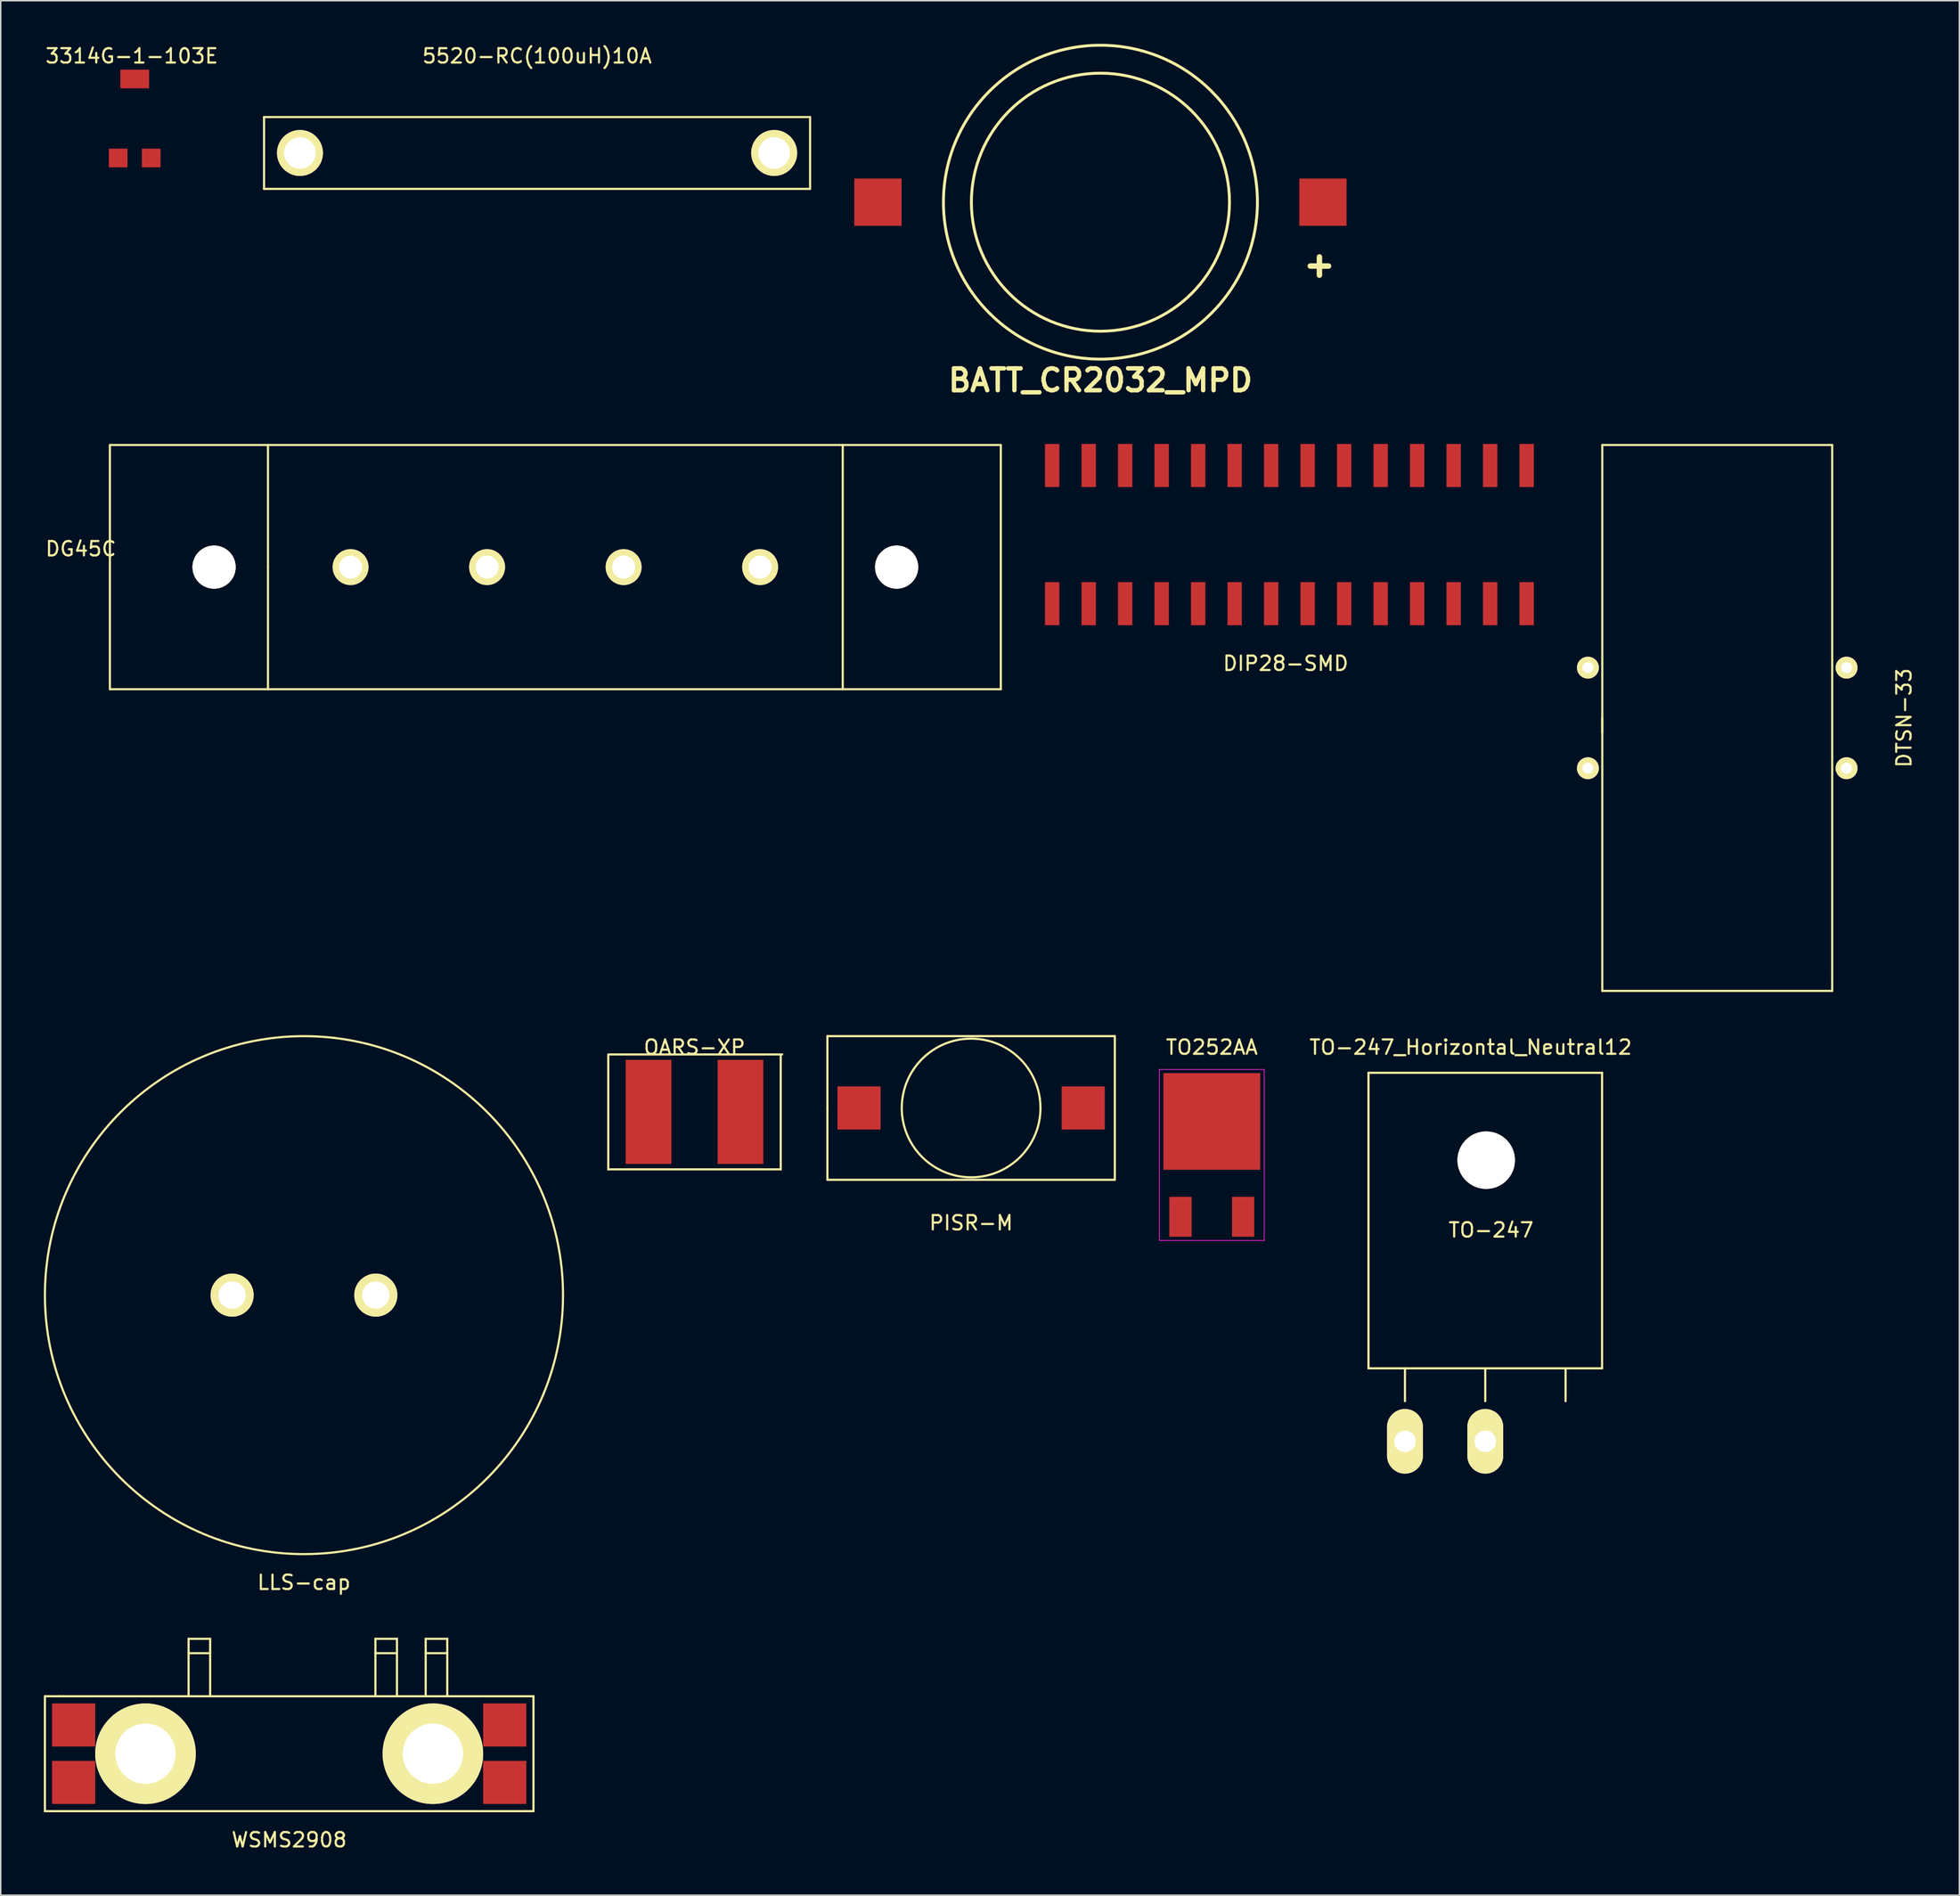
<source format=kicad_pcb>
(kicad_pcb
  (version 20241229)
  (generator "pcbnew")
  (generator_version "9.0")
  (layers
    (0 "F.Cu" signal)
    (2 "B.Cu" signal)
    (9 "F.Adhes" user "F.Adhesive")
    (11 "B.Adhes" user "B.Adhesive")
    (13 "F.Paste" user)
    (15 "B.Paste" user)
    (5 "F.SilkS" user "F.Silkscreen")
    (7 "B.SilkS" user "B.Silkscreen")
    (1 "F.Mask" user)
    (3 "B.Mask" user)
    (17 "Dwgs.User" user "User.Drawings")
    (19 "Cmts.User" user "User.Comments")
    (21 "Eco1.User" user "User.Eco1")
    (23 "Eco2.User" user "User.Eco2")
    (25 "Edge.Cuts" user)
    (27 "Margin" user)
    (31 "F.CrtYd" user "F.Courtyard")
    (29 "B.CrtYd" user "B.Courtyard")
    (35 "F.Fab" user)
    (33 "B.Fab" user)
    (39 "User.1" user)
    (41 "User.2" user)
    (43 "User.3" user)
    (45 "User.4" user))
  (footprint "TO-247_Horizontal_Neutral12"
    (layer "F.Cu")
    (at 100.311 97.282)
    (property "Reference" "TO-247_Horizontal_Neutral12" (at -1.016 -27.432 0) (layer "F.SilkS") (effects (font (size 1 1) (thickness 0.15))))
    (attr through_hole)
    (fp_line (start -8.128 -25.654) (end 8.128 -25.654) (stroke (width 0.15) (type solid)) (layer "F.SilkS"))
    (fp_line (start -8.128 -5.08) (end -8.128 -25.654) (stroke (width 0.15) (type solid)) (layer "F.SilkS"))
    (fp_line (start -5.588 -2.794) (end -5.588 -5.08) (stroke (width 0.15) (type solid)) (layer "F.SilkS"))
    (fp_line (start 0 -2.794) (end 0 -5.08) (stroke (width 0.15) (type solid)) (layer "F.SilkS"))
    (fp_line (start 5.588 -2.794) (end 5.588 -5.08) (stroke (width 0.15) (type solid)) (layer "F.SilkS"))
    (fp_line (start 8.128 -25.654) (end 8.128 -5.08) (stroke (width 0.15) (type solid)) (layer "F.SilkS"))
    (fp_line (start 8.128 -5.08) (end -8.128 -5.08) (stroke (width 0.15) (type solid)) (layer "F.SilkS"))
    (fp_circle (center 0 -19.558) (end 1.778 -19.558) (stroke (width 0.15) (type solid)) (fill no) (layer "F.SilkS"))
    (fp_text user "TO-247" (at 0.406 -14.707 0) (layer "F.SilkS") (effects (font (size 1 1) (thickness 0.15))))
    (pad "" np_thru_hole circle (at 0.064 -19.571) (size 4 4) (drill 4) (layers "*.Cu" "*.Mask" "F.SilkS"))
    (pad "1" thru_hole oval (at -5.588 0 90) (size 4.501 2.499) (drill 1.501) (layers "*.Cu" "*.Mask" "F.SilkS"))
    (pad "2" thru_hole oval (at 0 0 90) (size 4.501 2.499) (drill 1.501) (layers "*.Cu" "*.Mask" "F.SilkS")))
  (footprint "DIP28-SMD"
    (layer "F.Cu")
    (at 86.682 34.162)
    (property "Reference" "DIP28-SMD" (at -0.26 8.97 0) (layer "F.SilkS") (effects (font (size 1 1) (thickness 0.15))))
    (attr through_hole)
    (pad "1" smd rect (at -16.51 4.81) (size 1 3) (layers "F.Cu" "F.Mask" "F.Paste"))
    (pad "2" smd rect (at -13.97 4.81) (size 1 3) (layers "F.Cu" "F.Mask" "F.Paste"))
    (pad "3" smd rect (at -11.43 4.81) (size 1 3) (layers "F.Cu" "F.Mask" "F.Paste"))
    (pad "4" smd rect (at -8.89 4.81) (size 1 3) (layers "F.Cu" "F.Mask" "F.Paste"))
    (pad "5" smd rect (at -6.35 4.81) (size 1 3) (layers "F.Cu" "F.Mask" "F.Paste"))
    (pad "6" smd rect (at -3.81 4.81) (size 1 3) (layers "F.Cu" "F.Mask" "F.Paste"))
    (pad "7" smd rect (at -1.27 4.81) (size 1 3) (layers "F.Cu" "F.Mask" "F.Paste"))
    (pad "8" smd rect (at 1.27 4.81) (size 1 3) (layers "F.Cu" "F.Mask" "F.Paste"))
    (pad "9" smd rect (at 3.81 4.81) (size 1 3) (layers "F.Cu" "F.Mask" "F.Paste"))
    (pad "10" smd rect (at 6.35 4.81) (size 1 3) (layers "F.Cu" "F.Mask" "F.Paste"))
    (pad "11" smd rect (at 8.89 4.81) (size 1 3) (layers "F.Cu" "F.Mask" "F.Paste"))
    (pad "12" smd rect (at 11.43 4.81) (size 1 3) (layers "F.Cu" "F.Mask" "F.Paste"))
    (pad "13" smd rect (at 13.97 4.81) (size 1 3) (layers "F.Cu" "F.Mask" "F.Paste"))
    (pad "14" smd rect (at 16.51 4.81) (size 1 3) (layers "F.Cu" "F.Mask" "F.Paste"))
    (pad "15" smd rect (at -16.51 -4.81) (size 1 3) (layers "F.Cu" "F.Mask" "F.Paste"))
    (pad "16" smd rect (at -13.97 -4.81) (size 1 3) (layers "F.Cu" "F.Mask" "F.Paste"))
    (pad "17" smd rect (at -11.43 -4.81) (size 1 3) (layers "F.Cu" "F.Mask" "F.Paste"))
    (pad "18" smd rect (at -8.89 -4.81) (size 1 3) (layers "F.Cu" "F.Mask" "F.Paste"))
    (pad "19" smd rect (at -6.35 -4.81) (size 1 3) (layers "F.Cu" "F.Mask" "F.Paste"))
    (pad "20" smd rect (at -3.81 -4.81) (size 1 3) (layers "F.Cu" "F.Mask" "F.Paste"))
    (pad "21" smd rect (at -1.27 -4.81) (size 1 3) (layers "F.Cu" "F.Mask" "F.Paste"))
    (pad "22" smd rect (at 1.27 -4.81) (size 1 3) (layers "F.Cu" "F.Mask" "F.Paste"))
    (pad "23" smd rect (at 3.81 -4.81) (size 1 3) (layers "F.Cu" "F.Mask" "F.Paste"))
    (pad "24" smd rect (at 6.35 -4.81) (size 1 3) (layers "F.Cu" "F.Mask" "F.Paste"))
    (pad "25" smd rect (at 8.89 -4.81) (size 1 3) (layers "F.Cu" "F.Mask" "F.Paste"))
    (pad "26" smd rect (at 11.43 -4.81) (size 1 3) (layers "F.Cu" "F.Mask" "F.Paste"))
    (pad "27" smd rect (at 13.97 -4.81) (size 1 3) (layers "F.Cu" "F.Mask" "F.Paste"))
    (pad "28" smd rect (at 16.51 -4.81) (size 1 3) (layers "F.Cu" "F.Mask" "F.Paste")))
  (footprint "LLS-cap"
    (layer "F.Cu")
    (at 18.103 87.105)
    (property "Reference" "LLS-cap" (at 0 20 0) (layer "F.SilkS") (effects (font (size 1 1) (thickness 0.15))))
    (attr through_hole)
    (fp_circle (center 0 0) (end 15 10) (stroke (width 0.15) (type solid)) (fill no) (layer "F.SilkS"))
    (pad "1" thru_hole circle (at -5 0) (size 3 3) (drill 1.9) (layers "*.Cu" "*.Mask" "F.SilkS"))
    (pad "2" thru_hole circle (at 5 0) (size 3 3) (drill 1.9) (layers "*.Cu" "*.Mask" "F.SilkS")))
  (footprint "BATT_CR2032_MPD"
    (layer "F.Cu")
    (at 73.53 11.025)
    (property "Reference" "BATT_CR2032_MPD" (at 0 12.4 0) (layer "F.SilkS") (effects (font (size 1.524 1.524) (thickness 0.305))))
    (attr through_hole)
    (fp_line (start 14.605 4.445) (end 15.875 4.445) (stroke (width 0.381) (type solid)) (layer "F.SilkS"))
    (fp_line (start 15.24 3.81) (end 15.24 5.08) (stroke (width 0.381) (type solid)) (layer "F.SilkS"))
    (fp_circle (center 0 0) (end -1.27 -8.89) (stroke (width 0.201) (type solid)) (fill no) (layer "F.SilkS"))
    (fp_circle (center 0 0) (end 6.35 8.89) (stroke (width 0.201) (type solid)) (fill no) (layer "F.SilkS"))
    (pad "1" smd rect (at 15.485 0) (size 3.29 3.29) (layers "F.Cu" "F.Mask" "F.Paste"))
    (pad "2" smd rect (at -15.485 0) (size 3.29 3.29) (layers "F.Cu" "F.Mask" "F.Paste")))
  (footprint "OARS-XP"
    (layer "F.Cu")
    (at 45.281 74.35)
    (property "Reference" "OARS-XP" (at 0 -4.5 0) (layer "F.SilkS") (effects (font (size 1 1) (thickness 0.15))))
    (attr through_hole)
    (fp_line (start -6 4) (end -6 -4) (stroke (width 0.15) (type solid)) (layer "F.SilkS"))
    (fp_line (start -5.9 -4) (end 6.1 -4) (stroke (width 0.15) (type solid)) (layer "F.SilkS"))
    (fp_line (start 6 -4) (end 6 4) (stroke (width 0.15) (type solid)) (layer "F.SilkS"))
    (fp_line (start 6 4) (end -6 4) (stroke (width 0.15) (type solid)) (layer "F.SilkS"))
    (pad "1" smd rect (at -3.2 0) (size 3.18 7.24) (layers "F.Cu" "F.Mask" "F.Paste"))
    (pad "2" smd rect (at 3.2 0) (size 3.18 7.24) (layers "F.Cu" "F.Mask" "F.Paste")))
  (footprint "5520-RC(100uH)10A"
    (layer "F.Cu")
    (at 34.325 7.598)
    (property "Reference" "5520-RC(100uH)10A" (at 0 -6.75 0) (layer "F.SilkS") (effects (font (size 1 1) (thickness 0.15))))
    (attr through_hole)
    (fp_line (start -19 -2.5) (end -19 2.5) (stroke (width 0.15) (type solid)) (layer "F.SilkS"))
    (fp_line (start -19 -2.5) (end 19 -2.5) (stroke (width 0.15) (type solid)) (layer "F.SilkS"))
    (fp_line (start -19 2.5) (end 19 2.5) (stroke (width 0.15) (type solid)) (layer "F.SilkS"))
    (fp_line (start 19 -2.5) (end 19 2.5) (stroke (width 0.15) (type solid)) (layer "F.SilkS"))
    (pad "1" thru_hole circle (at -16.5 0) (size 3.2 3.2) (drill 2.2) (layers "*.Cu" "*.Mask" "F.SilkS"))
    (pad "2" thru_hole circle (at 16.5 0) (size 3.2 3.2) (drill 2.2) (layers "*.Cu" "*.Mask" "F.SilkS")))
  (footprint "WSMS2908"
    (layer "F.Cu")
    (at 17.075 119.028)
    (property "Reference" "WSMS2908" (at 0 6 0) (layer "F.SilkS") (effects (font (size 1 1) (thickness 0.15))))
    (attr through_hole)
    (fp_line (start -17 -4) (end -16 -4) (stroke (width 0.15) (type solid)) (layer "F.SilkS"))
    (fp_line (start -17 4) (end -17 -4) (stroke (width 0.15) (type solid)) (layer "F.SilkS"))
    (fp_line (start -16 -4) (end 17 -4) (stroke (width 0.15) (type solid)) (layer "F.SilkS"))
    (fp_line (start -16 4) (end -17 4) (stroke (width 0.15) (type solid)) (layer "F.SilkS"))
    (fp_line (start -7 -4) (end -7 -8) (stroke (width 0.15) (type solid)) (layer "F.SilkS"))
    (fp_line (start -5.5 -8) (end -7 -8) (stroke (width 0.15) (type solid)) (layer "F.SilkS"))
    (fp_line (start -5.5 -8) (end -5.5 -4) (stroke (width 0.15) (type solid)) (layer "F.SilkS"))
    (fp_line (start -5.5 -7) (end -7 -7) (stroke (width 0.15) (type solid)) (layer "F.SilkS"))
    (fp_line (start 6 -8) (end 7.5 -8) (stroke (width 0.15) (type solid)) (layer "F.SilkS"))
    (fp_line (start 6 -4) (end 6 -8) (stroke (width 0.15) (type solid)) (layer "F.SilkS"))
    (fp_line (start 7.5 -8) (end 7.5 -4) (stroke (width 0.15) (type solid)) (layer "F.SilkS"))
    (fp_line (start 7.5 -7) (end 6 -7) (stroke (width 0.15) (type solid)) (layer "F.SilkS"))
    (fp_line (start 9.5 -8) (end 11 -8) (stroke (width 0.15) (type solid)) (layer "F.SilkS"))
    (fp_line (start 9.5 -7) (end 11 -7) (stroke (width 0.15) (type solid)) (layer "F.SilkS"))
    (fp_line (start 9.5 -4) (end 9.5 -8) (stroke (width 0.15) (type solid)) (layer "F.SilkS"))
    (fp_line (start 11 -8) (end 11 -4) (stroke (width 0.15) (type solid)) (layer "F.SilkS"))
    (fp_line (start 17 -4) (end 17 4) (stroke (width 0.15) (type solid)) (layer "F.SilkS"))
    (fp_line (start 17 4) (end -16 4) (stroke (width 0.15) (type solid)) (layer "F.SilkS"))
    (pad "1" thru_hole circle (at 10 0) (size 7 7) (drill 4.2) (layers "*.Cu" "*.Mask" "F.SilkS"))
    (pad "2" thru_hole circle (at -10 0) (size 7 7) (drill 4.2) (layers "*.Cu" "*.Mask" "F.SilkS"))
    (pad "3" smd rect (at 15 -2) (size 3 3) (layers "F.Cu" "F.Mask" "F.Paste"))
    (pad "4" smd rect (at 15 2) (size 3 3) (layers "F.Cu" "F.Mask" "F.Paste"))
    (pad "5" smd rect (at -15 -2) (size 3 3) (layers "F.Cu" "F.Mask" "F.Paste"))
    (pad "6" smd rect (at -15 2) (size 3 3) (layers "F.Cu" "F.Mask" "F.Paste")))
  (footprint "DTSN-33"
    (layer "F.Cu")
    (at 116.454 46.927)
    (property "Reference" "DTSN-33" (at 13 0 90) (layer "F.SilkS") (effects (font (size 1 1) (thickness 0.15))))
    (attr through_hole)
    (fp_line (start -8 -19) (end -8 1) (stroke (width 0.15) (type solid)) (layer "F.SilkS"))
    (fp_line (start -8 0) (end -8 18) (stroke (width 0.15) (type solid)) (layer "F.SilkS"))
    (fp_line (start -8 18) (end -8 19) (stroke (width 0.15) (type solid)) (layer "F.SilkS"))
    (fp_line (start -8 19) (end 8 19) (stroke (width 0.15) (type solid)) (layer "F.SilkS"))
    (fp_line (start 8 -19) (end -8 -19) (stroke (width 0.15) (type solid)) (layer "F.SilkS"))
    (fp_line (start 8 18) (end 8 -19) (stroke (width 0.15) (type solid)) (layer "F.SilkS"))
    (fp_line (start 8 19) (end 8 18) (stroke (width 0.15) (type solid)) (layer "F.SilkS"))
    (pad "1" thru_hole circle (at -9 -3.5) (size 1.524 1.524) (drill 0.762) (layers "*.Cu" "*.Mask" "F.SilkS"))
    (pad "1" thru_hole circle (at 9 -3.5) (size 1.524 1.524) (drill 0.762) (layers "*.Cu" "*.Mask" "F.SilkS"))
    (pad "2" thru_hole circle (at -9 3.5) (size 1.524 1.524) (drill 0.762) (layers "*.Cu" "*.Mask" "F.SilkS"))
    (pad "2" thru_hole circle (at 9 3.5) (size 1.524 1.524) (drill 0.762) (layers "*.Cu" "*.Mask" "F.SilkS")))
  (footprint "PISR-M"
    (layer "F.Cu")
    (at 64.531 74.077)
    (property "Reference" "PISR-M" (at 0 8 0) (layer "F.SilkS") (effects (font (size 1 1) (thickness 0.15))))
    (attr through_hole)
    (fp_line (start -10 -5) (end 10 -5) (stroke (width 0.15) (type solid)) (layer "F.SilkS"))
    (fp_line (start -10 0) (end -10 -5) (stroke (width 0.15) (type solid)) (layer "F.SilkS"))
    (fp_line (start -10 5) (end -10 0) (stroke (width 0.15) (type solid)) (layer "F.SilkS"))
    (fp_line (start 10 -5) (end 10 5) (stroke (width 0.15) (type solid)) (layer "F.SilkS"))
    (fp_line (start 10 5) (end -10 5) (stroke (width 0.15) (type solid)) (layer "F.SilkS"))
    (fp_circle (center 0 0) (end 4 2.7) (stroke (width 0.15) (type solid)) (fill no) (layer "F.SilkS"))
    (pad "1" smd rect (at -7.8 0) (size 3 3) (layers "F.Cu" "F.Mask" "F.Paste"))
    (pad "2" smd rect (at 7.8 0) (size 3 3) (layers "F.Cu" "F.Mask" "F.Paste")))
  (footprint "TO252AA"
    (layer "F.Cu")
    (at 81.281 77.35)
    (property "Reference" "TO252AA" (at 0 -7.5 0) (layer "F.SilkS") (effects (font (size 1 1) (thickness 0.15))))
    (attr smd)
    (fp_line (start -3.65 -5.95) (end 3.65 -5.95) (stroke (width 0.05) (type solid)) (layer "F.CrtYd"))
    (fp_line (start -3.65 5.95) (end -3.65 -5.95) (stroke (width 0.05) (type solid)) (layer "F.CrtYd"))
    (fp_line (start 3.65 -5.95) (end 3.65 5.95) (stroke (width 0.05) (type solid)) (layer "F.CrtYd"))
    (fp_line (start 3.65 5.95) (end -3.65 5.95) (stroke (width 0.05) (type solid)) (layer "F.CrtYd"))
    (pad "1" smd rect (at -2.18 4.3) (size 1.55 2.78) (layers "F.Cu" "F.Mask" "F.Paste"))
    (pad "2" smd rect (at 0 -2.335) (size 6.74 6.73) (layers "F.Cu" "F.Mask" "F.Paste"))
    (pad "3" smd rect (at 2.18 4.3) (size 1.55 2.78) (layers "F.Cu" "F.Mask" "F.Paste")))
  (footprint "DG45C"
    (layer "F.Cu")
    (at 35.597 36.427)
    (property "Reference" "DG45C" (at -33.02 -1.27 0) (layer "F.SilkS") (effects (font (size 1 1) (thickness 0.15))))
    (attr through_hole)
    (fp_line (start -31 -8.5) (end -31 8.5) (stroke (width 0.15) (type solid)) (layer "F.SilkS"))
    (fp_line (start -31 8.5) (end -20 8.5) (stroke (width 0.15) (type solid)) (layer "F.SilkS"))
    (fp_line (start -20 -8.5) (end -31 -8.5) (stroke (width 0.15) (type solid)) (layer "F.SilkS"))
    (fp_line (start -20 -8.5) (end 19.75 -8.5) (stroke (width 0.15) (type solid)) (layer "F.SilkS"))
    (fp_line (start -20 0) (end -20 -8.5) (stroke (width 0.15) (type solid)) (layer "F.SilkS"))
    (fp_line (start -20 8.5) (end -20 0) (stroke (width 0.15) (type solid)) (layer "F.SilkS"))
    (fp_line (start 19.75 -8.5) (end 20 -8.5) (stroke (width 0.15) (type solid)) (layer "F.SilkS"))
    (fp_line (start 20 -8.5) (end 20 8.5) (stroke (width 0.15) (type solid)) (layer "F.SilkS"))
    (fp_line (start 20 8.5) (end -20 8.5) (stroke (width 0.15) (type solid)) (layer "F.SilkS"))
    (fp_line (start 20 8.5) (end 31 8.5) (stroke (width 0.15) (type solid)) (layer "F.SilkS"))
    (fp_line (start 31 -8.5) (end 20 -8.5) (stroke (width 0.15) (type solid)) (layer "F.SilkS"))
    (fp_line (start 31 8.5) (end 31 -8.5) (stroke (width 0.15) (type solid)) (layer "F.SilkS"))
    (pad "1" thru_hole circle (at -14.25 0) (size 2.5 2.5) (drill 1.6) (layers "*.Cu" "*.Mask" "F.SilkS"))
    (pad "2" thru_hole circle (at -4.75 0) (size 2.5 2.5) (drill 1.6) (layers "*.Cu" "*.Mask" "F.SilkS"))
    (pad "3" thru_hole circle (at 4.75 0) (size 2.5 2.5) (drill 1.6) (layers "*.Cu" "*.Mask" "F.SilkS"))
    (pad "4" thru_hole circle (at 14.25 0) (size 2.5 2.5) (drill 1.6) (layers "*.Cu" "*.Mask" "F.SilkS"))
    (pad "5" thru_hole oval (at 23.75 0) (size 3 3) (drill 3) (layers "*.Mask" "F.Cu" "F.SilkS"))
    (pad "6" thru_hole oval (at -23.75 0) (size 3 3) (drill 3) (layers "*.Cu" "*.Mask" "F.SilkS")))
  (footprint "3314G-1-103E"
    (layer "F.Cu")
    (at 6.325 5.448)
    (property "Reference" "3314G-1-103E" (at -0.2 -4.6 0) (layer "F.SilkS") (effects (font (size 1 1) (thickness 0.15))))
    (attr through_hole)
    (pad "1" smd rect (at 0 -3) (size 2 1.3) (layers "F.Cu" "F.Mask" "F.Paste"))
    (pad "2" smd rect (at -1.15 2.5) (size 1.3 1.3) (layers "F.Cu" "F.Mask" "F.Paste"))
    (pad "3" smd rect (at 1.15 2.5) (size 1.3 1.3) (layers "F.Cu" "F.Mask" "F.Paste")))
  (gr_rect
    (start -3 -3)
    (end 133.303 128.876)
    (stroke (width 0.1) (type default))
    (fill no)
    (layer "Edge.Cuts")))
</source>
